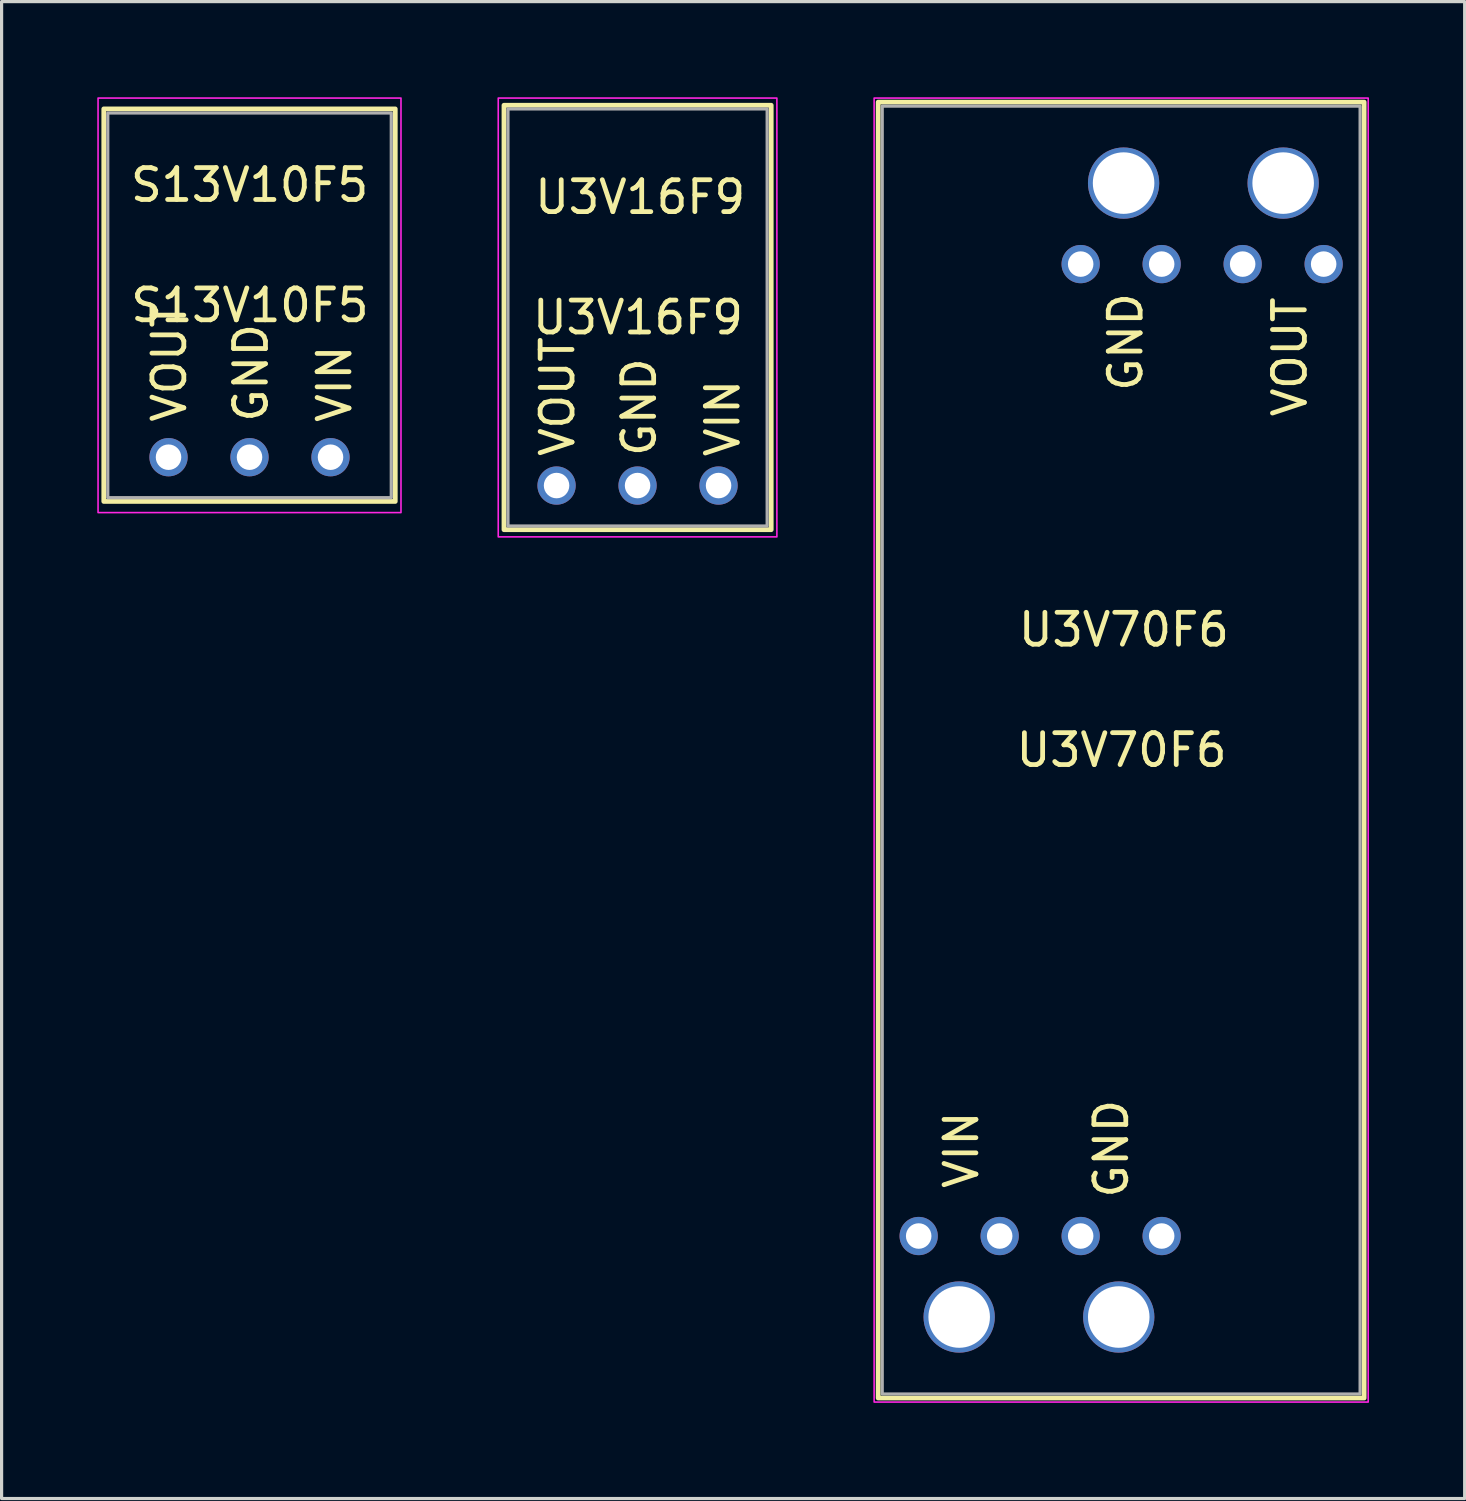
<source format=kicad_pcb>
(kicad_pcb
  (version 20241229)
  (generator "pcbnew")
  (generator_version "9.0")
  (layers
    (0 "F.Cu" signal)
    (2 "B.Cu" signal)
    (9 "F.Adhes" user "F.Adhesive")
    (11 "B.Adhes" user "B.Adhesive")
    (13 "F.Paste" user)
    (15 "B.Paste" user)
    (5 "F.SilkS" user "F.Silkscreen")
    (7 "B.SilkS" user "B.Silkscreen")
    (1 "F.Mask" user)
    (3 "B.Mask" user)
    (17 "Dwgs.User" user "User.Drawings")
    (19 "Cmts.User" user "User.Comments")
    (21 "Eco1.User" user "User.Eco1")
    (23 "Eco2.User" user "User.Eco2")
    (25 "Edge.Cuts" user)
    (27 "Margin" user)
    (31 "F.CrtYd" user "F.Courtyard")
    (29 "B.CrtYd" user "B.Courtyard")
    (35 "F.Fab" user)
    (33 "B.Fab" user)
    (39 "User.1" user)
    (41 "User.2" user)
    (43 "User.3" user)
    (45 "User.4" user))
  (footprint "U3V16F9"
    (layer "F.Cu")
    (at 16.944 6.906)
    (property "Reference" "U3V16F9" (at 0.013 0 0) (layer "F.SilkS") (effects (font (size 1 1) (thickness 0.15))))
    (attr through_hole)
    (fp_rect (start -4.189 -6.655) (end 4.191 6.655) (stroke (width 0.15) (type solid)) (fill no) (layer "F.SilkS"))
    (fp_rect (start -4.369 -6.881) (end 4.369 6.881) (stroke (width 0.05) (type solid)) (fill no) (layer "F.CrtYd"))
    (fp_rect (start -4.064 -6.54) (end 4.064 6.54) (stroke (width 0.1) (type solid)) (fill no) (layer "F.Fab"))
    (fp_text user "GND" (at 0.635 4.435 90) (unlocked yes) (layer "F.SilkS") (effects (font (size 1 1) (thickness 0.15)) (justify left bottom)))
    (fp_text user "VIN" (at 3.255 4.445 90) (unlocked yes) (layer "F.SilkS") (effects (font (size 1 1) (thickness 0.15)) (justify left bottom)))
    (fp_text user "U3V16F9" (at -3.302 -3.19 0) (unlocked yes) (layer "F.SilkS") (effects (font (size 1 1) (thickness 0.15)) (justify left bottom)))
    (fp_text user "VOUT" (at -1.925 4.435 90) (unlocked yes) (layer "F.SilkS") (effects (font (size 1 1) (thickness 0.15)) (justify left bottom)))
    (pad "1" thru_hole circle (at -2.54 5.271) (size 1.2 1.2) (drill 0.8) (layers "*.Cu" "*.Mask"))
    (pad "2" thru_hole circle (at 0 5.271) (size 1.2 1.2) (drill 0.8) (layers "*.Cu" "*.Mask"))
    (pad "3" thru_hole circle (at 2.54 5.271) (size 1.2 1.2) (drill 0.8) (layers "*.Cu" "*.Mask")))
  (footprint "U3V70F6"
    (layer "F.Cu")
    (at 32.11 20.472)
    (property "Reference" "U3V70F6" (at 0.013 0 0) (layer "F.SilkS") (effects (font (size 1 1) (thickness 0.15))))
    (attr through_hole)
    (fp_rect (start -7.62 -20.32) (end 7.62 20.32) (stroke (width 0.15) (type solid)) (fill no) (layer "F.SilkS"))
    (fp_rect (start -7.747 -20.447) (end 7.747 20.447) (stroke (width 0.05) (type solid)) (fill no) (layer "F.CrtYd"))
    (fp_rect (start -7.493 -20.193) (end 7.493 20.193) (stroke (width 0.1) (type solid)) (fill no) (layer "F.Fab"))
    (fp_text user "VOUT" (at 5.875 -10.375 90) (unlocked yes) (layer "F.SilkS") (effects (font (size 1 1) (thickness 0.15)) (justify left bottom)))
    (fp_text user "GND" (at 0.275 14.125 90) (unlocked yes) (layer "F.SilkS") (effects (font (size 1 1) (thickness 0.15)) (justify left bottom)))
    (fp_text user "VIN" (at -4.425 13.825 90) (unlocked yes) (layer "F.SilkS") (effects (font (size 1 1) (thickness 0.15)) (justify left bottom)))
    (fp_text user "GND" (at 0.725 -11.175 90) (unlocked yes) (layer "F.SilkS") (effects (font (size 1 1) (thickness 0.15)) (justify left bottom)))
    (fp_text user "U3V70F6" (at -3.3 -3.19 0) (unlocked yes) (layer "F.SilkS") (effects (font (size 1 1) (thickness 0.15)) (justify left bottom)))
    (pad "1" thru_hole circle (at 3.81 -15.24) (size 1.2 1.2) (drill 0.8) (layers "*.Cu" "*.Mask"))
    (pad "1" thru_hole circle (at 5.08 -17.78) (size 2.235 2.235) (drill 1.93) (layers "*.Cu" "*.Mask"))
    (pad "1" thru_hole circle (at 6.35 -15.24) (size 1.2 1.2) (drill 0.8) (layers "*.Cu" "*.Mask"))
    (pad "2" thru_hole circle (at -1.27 -15.24) (size 1.2 1.2) (drill 0.8) (layers "*.Cu" "*.Mask"))
    (pad "2" thru_hole circle (at 0.076 -17.78) (size 2.235 2.235) (drill 1.93) (layers "*.Cu" "*.Mask"))
    (pad "2" thru_hole circle (at 1.27 -15.24) (size 1.2 1.2) (drill 0.8) (layers "*.Cu" "*.Mask"))
    (pad "3" thru_hole circle (at -6.35 15.24) (size 1.2 1.2) (drill 0.8) (layers "*.Cu" "*.Mask"))
    (pad "3" thru_hole circle (at -5.08 17.78) (size 2.235 2.235) (drill 1.93) (layers "*.Cu" "*.Mask"))
    (pad "3" thru_hole circle (at -3.81 15.24) (size 1.2 1.2) (drill 0.8) (layers "*.Cu" "*.Mask"))
    (pad "3" thru_hole circle (at -1.27 15.24) (size 1.2 1.2) (drill 0.8) (layers "*.Cu" "*.Mask"))
    (pad "4" thru_hole circle (at -0.076 17.78) (size 2.235 2.235) (drill 1.93) (layers "*.Cu" "*.Mask"))
    (pad "4" thru_hole circle (at 1.27 15.24) (size 1.2 1.2) (drill 0.8) (layers "*.Cu" "*.Mask")))
  (footprint "S13V10F5"
    (layer "F.Cu")
    (at 4.775 6.525)
    (property "Reference" "S13V10F5" (at 0.013 0 0) (layer "F.SilkS") (effects (font (size 1 1) (thickness 0.15))))
    (attr through_hole)
    (fp_rect (start -4.57 -6.16) (end 4.57 6.15) (stroke (width 0.15) (type solid)) (fill no) (layer "F.SilkS"))
    (fp_rect (start -4.75 -6.5) (end 4.75 6.5) (stroke (width 0.05) (type default)) (fill no) (layer "F.CrtYd"))
    (fp_rect (start -4.445 -6.032) (end 4.445 6.032) (stroke (width 0.1) (type solid)) (fill no) (layer "F.Fab"))
    (fp_text user "VIN" (at 3.25 3.75 90) (unlocked yes) (layer "F.SilkS") (effects (font (size 1 1) (thickness 0.15)) (justify left bottom)))
    (fp_text user "S13V10F5" (at -3.81 -3.19 0) (unlocked yes) (layer "F.SilkS") (effects (font (size 1 1) (thickness 0.15)) (justify left bottom)))
    (fp_text user "VOUT" (at -1.93 3.74 90) (unlocked yes) (layer "F.SilkS") (effects (font (size 1 1) (thickness 0.15)) (justify left bottom)))
    (fp_text user "GND" (at 0.63 3.74 90) (unlocked yes) (layer "F.SilkS") (effects (font (size 1 1) (thickness 0.15)) (justify left bottom)))
    (pad "1" thru_hole circle (at -2.54 4.763) (size 1.2 1.2) (drill 0.8) (layers "*.Cu" "*.Mask"))
    (pad "2" thru_hole circle (at 0 4.763) (size 1.2 1.2) (drill 0.8) (layers "*.Cu" "*.Mask"))
    (pad "3" thru_hole circle (at 2.54 4.763) (size 1.2 1.2) (drill 0.8) (layers "*.Cu" "*.Mask")))
  (gr_rect
    (start -3 -3)
    (end 42.882 43.944)
    (stroke (width 0.1) (type default))
    (fill no)
    (layer "Edge.Cuts")))
</source>
